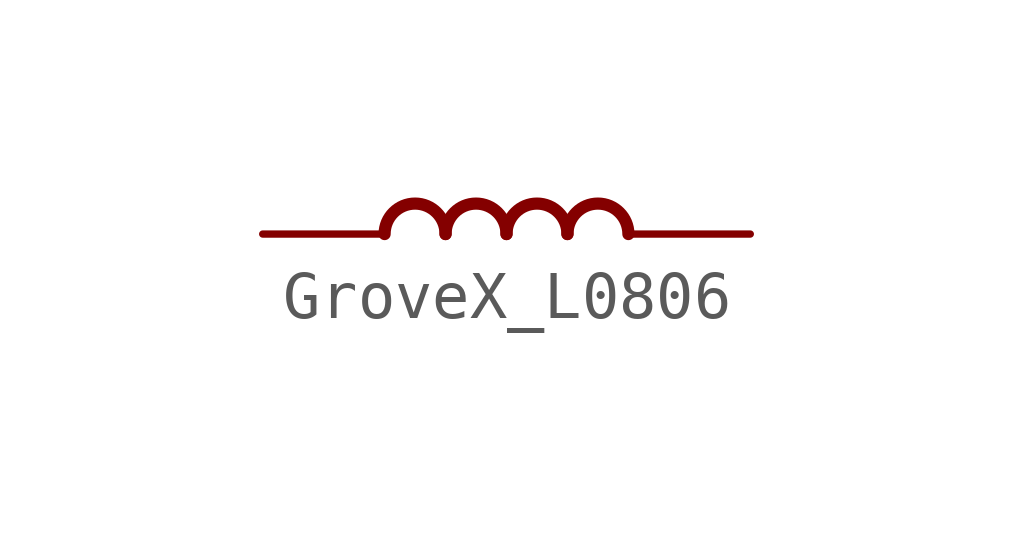
<source format=kicad_sym>
(kicad_symbol_lib
  (version 20231120)
  (generator "kicad_symbol_editor")
  (generator_version "8.0")
  (symbol "GroveX_L0806"
    (property "Reference" "L"
      (at -5.08 0 0)
      (effects (font (size 1.27 1.079)) (justify left bottom) (hide yes)))
    (property "ki_locked" ""
      (at 0 0 0)
      (effects (font (size 1.27 1.27))))
    (symbol "GroveX_L0806_1_0"
      (arc (start -1.27 0) (mid -1.905 0.635) (end -2.54 0) (stroke (width 0.254) (type solid)) (fill (type none)))
      (arc (start 0 0) (mid -0.635 0.635) (end -1.27 0) (stroke (width 0.254) (type solid)) (fill (type none)))
      (arc (start 1.27 0) (mid 0.635 0.635) (end 0 0) (stroke (width 0.254) (type solid)) (fill (type none)))
      (arc (start 2.54 0) (mid 1.905 0.635) (end 1.27 0) (stroke (width 0.254) (type solid)) (fill (type none)))
      (pin passive line (at -5.08 0 0) (length 2.54) (name "1" (effects (font (size 0 0)))) (number "1" (effects (font (size 0 0)))))
      (pin passive line (at 5.08 0 180) (length 2.54) (name "2" (effects (font (size 0 0)))) (number "2" (effects (font (size 0 0))))))))
</source>
